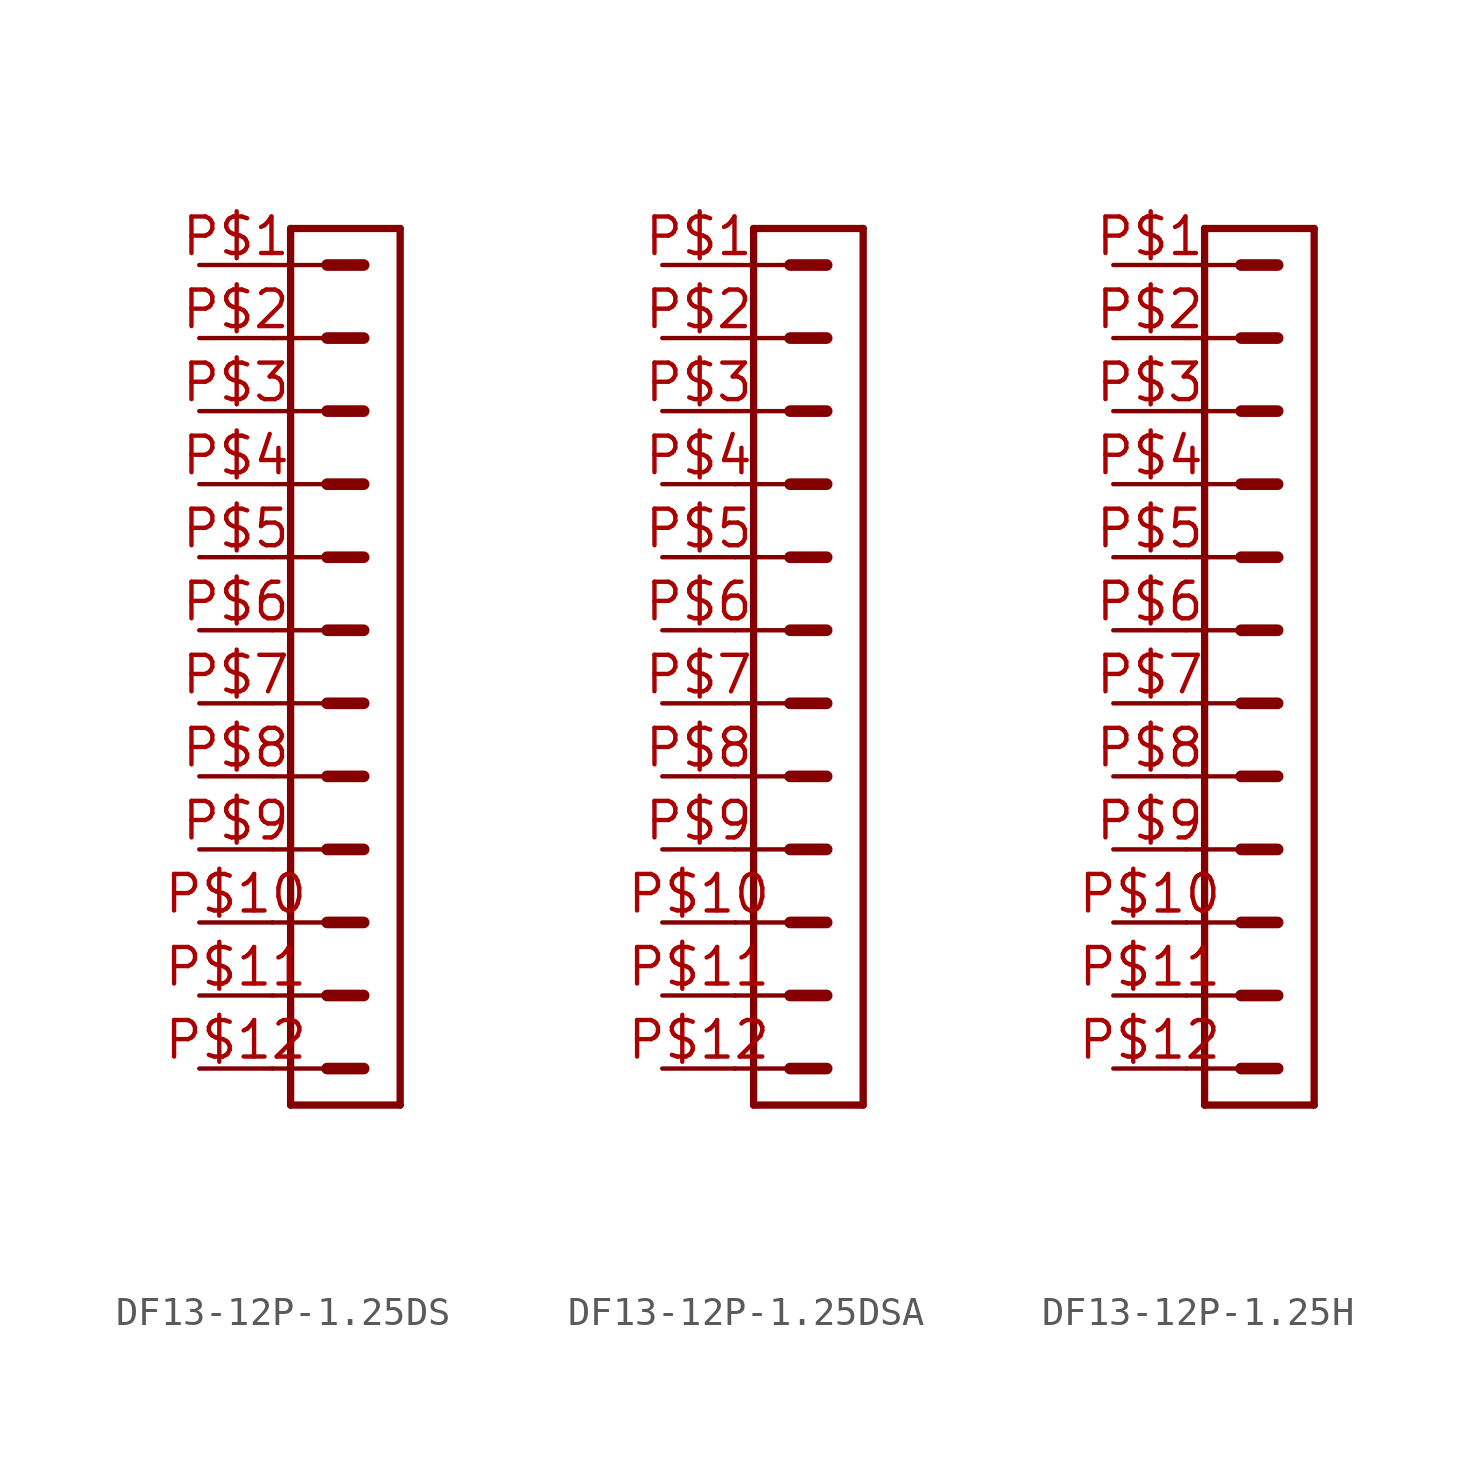
<source format=kicad_sym>
(kicad_symbol_lib
  (version 20220914)
  (generator kicad_symbol_editor)
  (symbol "DF13-12P-1.25DS"
    (property "Reference" ""
      (at -1.905 20.32 0)
      (effects (font (size 1.778 1.511)) (justify left bottom) hide))
    (property "Value" ""
      (at -1.905 -14.287 0)
      (effects (font (size 1.778 1.511)) (justify left bottom)))
    (property "ki_locked" ""
      (at 0 0 0)
      (effects (font (size 1.27 1.27))))
    (symbol "DF13-12P-1.25DS_1_0"
      (polyline (pts (xy -2.54 -10.16) (xy -0.635 -10.16)) (stroke (width 0.152) (type solid)) (fill (type none)))
      (polyline (pts (xy -2.54 -7.62) (xy -0.635 -7.62)) (stroke (width 0.152) (type solid)) (fill (type none)))
      (polyline (pts (xy -2.54 -5.08) (xy -0.635 -5.08)) (stroke (width 0.152) (type solid)) (fill (type none)))
      (polyline (pts (xy -2.54 -2.54) (xy -0.635 -2.54)) (stroke (width 0.152) (type solid)) (fill (type none)))
      (polyline (pts (xy -2.54 0) (xy -0.635 0)) (stroke (width 0.152) (type solid)) (fill (type none)))
      (polyline (pts (xy -2.54 2.54) (xy -0.635 2.54)) (stroke (width 0.152) (type solid)) (fill (type none)))
      (polyline (pts (xy -2.54 5.08) (xy -0.635 5.08)) (stroke (width 0.152) (type solid)) (fill (type none)))
      (polyline (pts (xy -2.54 7.62) (xy -0.635 7.62)) (stroke (width 0.152) (type solid)) (fill (type none)))
      (polyline (pts (xy -2.54 10.16) (xy -0.635 10.16)) (stroke (width 0.152) (type solid)) (fill (type none)))
      (polyline (pts (xy -2.54 12.7) (xy -0.635 12.7)) (stroke (width 0.152) (type solid)) (fill (type none)))
      (polyline (pts (xy -2.54 15.24) (xy -0.635 15.24)) (stroke (width 0.152) (type solid)) (fill (type none)))
      (polyline (pts (xy -2.54 17.78) (xy -0.635 17.78)) (stroke (width 0.152) (type solid)) (fill (type none)))
      (polyline (pts (xy -1.905 -11.43) (xy -1.905 19.05)) (stroke (width 0.254) (type solid)) (fill (type none)))
      (polyline (pts (xy -1.905 -11.43) (xy 1.905 -11.43)) (stroke (width 0.254) (type solid)) (fill (type none)))
      (polyline (pts (xy -0.635 -10.16) (xy 0.635 -10.16)) (stroke (width 0.406) (type solid)) (fill (type none)))
      (polyline (pts (xy -0.635 -7.62) (xy 0.635 -7.62)) (stroke (width 0.406) (type solid)) (fill (type none)))
      (polyline (pts (xy -0.635 -5.08) (xy 0.635 -5.08)) (stroke (width 0.406) (type solid)) (fill (type none)))
      (polyline (pts (xy -0.635 -2.54) (xy 0.635 -2.54)) (stroke (width 0.406) (type solid)) (fill (type none)))
      (polyline (pts (xy -0.635 0) (xy 0.635 0)) (stroke (width 0.406) (type solid)) (fill (type none)))
      (polyline (pts (xy -0.635 2.54) (xy 0.635 2.54)) (stroke (width 0.406) (type solid)) (fill (type none)))
      (polyline (pts (xy -0.635 5.08) (xy 0.635 5.08)) (stroke (width 0.406) (type solid)) (fill (type none)))
      (polyline (pts (xy -0.635 7.62) (xy 0.635 7.62)) (stroke (width 0.406) (type solid)) (fill (type none)))
      (polyline (pts (xy -0.635 10.16) (xy 0.635 10.16)) (stroke (width 0.406) (type solid)) (fill (type none)))
      (polyline (pts (xy -0.635 12.7) (xy 0.635 12.7)) (stroke (width 0.406) (type solid)) (fill (type none)))
      (polyline (pts (xy -0.635 15.24) (xy 0.635 15.24)) (stroke (width 0.406) (type solid)) (fill (type none)))
      (polyline (pts (xy -0.635 17.78) (xy 0.635 17.78)) (stroke (width 0.406) (type solid)) (fill (type none)))
      (polyline (pts (xy 1.905 19.05) (xy -1.905 19.05)) (stroke (width 0.254) (type solid)) (fill (type none)))
      (polyline (pts (xy 1.905 19.05) (xy 1.905 -11.43)) (stroke (width 0.254) (type solid)) (fill (type none)))
      (pin passive line (at -5.08 17.78 0) (length 2.54) (name "1" (effects (font (size 0 0)))) (number "P$1" (effects (font (size 1.27 1.27)))))
      (pin passive line (at -5.08 -5.08 0) (length 2.54) (name "10" (effects (font (size 0 0)))) (number "P$10" (effects (font (size 1.27 1.27)))))
      (pin passive line (at -5.08 -7.62 0) (length 2.54) (name "11" (effects (font (size 0 0)))) (number "P$11" (effects (font (size 1.27 1.27)))))
      (pin passive line (at -5.08 -10.16 0) (length 2.54) (name "12" (effects (font (size 0 0)))) (number "P$12" (effects (font (size 1.27 1.27)))))
      (pin passive line (at -5.08 15.24 0) (length 2.54) (name "2" (effects (font (size 0 0)))) (number "P$2" (effects (font (size 1.27 1.27)))))
      (pin passive line (at -5.08 12.7 0) (length 2.54) (name "3" (effects (font (size 0 0)))) (number "P$3" (effects (font (size 1.27 1.27)))))
      (pin passive line (at -5.08 10.16 0) (length 2.54) (name "4" (effects (font (size 0 0)))) (number "P$4" (effects (font (size 1.27 1.27)))))
      (pin passive line (at -5.08 7.62 0) (length 2.54) (name "5" (effects (font (size 0 0)))) (number "P$5" (effects (font (size 1.27 1.27)))))
      (pin passive line (at -5.08 5.08 0) (length 2.54) (name "6" (effects (font (size 0 0)))) (number "P$6" (effects (font (size 1.27 1.27)))))
      (pin passive line (at -5.08 2.54 0) (length 2.54) (name "7" (effects (font (size 0 0)))) (number "P$7" (effects (font (size 1.27 1.27)))))
      (pin passive line (at -5.08 0 0) (length 2.54) (name "8" (effects (font (size 0 0)))) (number "P$8" (effects (font (size 1.27 1.27)))))
      (pin passive line (at -5.08 -2.54 0) (length 2.54) (name "9" (effects (font (size 0 0)))) (number "P$9" (effects (font (size 1.27 1.27)))))))
  (symbol "DF13-12P-1.25DSA"
    (property "Reference" ""
      (at -1.905 20.32 0)
      (effects (font (size 1.778 1.511)) (justify left bottom) hide))
    (property "Value" ""
      (at -1.905 -14.287 0)
      (effects (font (size 1.778 1.511)) (justify left bottom)))
    (property "ki_locked" ""
      (at 0 0 0)
      (effects (font (size 1.27 1.27))))
    (symbol "DF13-12P-1.25DSA_1_0"
      (polyline (pts (xy -2.54 -10.16) (xy -0.635 -10.16)) (stroke (width 0.152) (type solid)) (fill (type none)))
      (polyline (pts (xy -2.54 -7.62) (xy -0.635 -7.62)) (stroke (width 0.152) (type solid)) (fill (type none)))
      (polyline (pts (xy -2.54 -5.08) (xy -0.635 -5.08)) (stroke (width 0.152) (type solid)) (fill (type none)))
      (polyline (pts (xy -2.54 -2.54) (xy -0.635 -2.54)) (stroke (width 0.152) (type solid)) (fill (type none)))
      (polyline (pts (xy -2.54 0) (xy -0.635 0)) (stroke (width 0.152) (type solid)) (fill (type none)))
      (polyline (pts (xy -2.54 2.54) (xy -0.635 2.54)) (stroke (width 0.152) (type solid)) (fill (type none)))
      (polyline (pts (xy -2.54 5.08) (xy -0.635 5.08)) (stroke (width 0.152) (type solid)) (fill (type none)))
      (polyline (pts (xy -2.54 7.62) (xy -0.635 7.62)) (stroke (width 0.152) (type solid)) (fill (type none)))
      (polyline (pts (xy -2.54 10.16) (xy -0.635 10.16)) (stroke (width 0.152) (type solid)) (fill (type none)))
      (polyline (pts (xy -2.54 12.7) (xy -0.635 12.7)) (stroke (width 0.152) (type solid)) (fill (type none)))
      (polyline (pts (xy -2.54 15.24) (xy -0.635 15.24)) (stroke (width 0.152) (type solid)) (fill (type none)))
      (polyline (pts (xy -2.54 17.78) (xy -0.635 17.78)) (stroke (width 0.152) (type solid)) (fill (type none)))
      (polyline (pts (xy -1.905 -11.43) (xy -1.905 19.05)) (stroke (width 0.254) (type solid)) (fill (type none)))
      (polyline (pts (xy -1.905 -11.43) (xy 1.905 -11.43)) (stroke (width 0.254) (type solid)) (fill (type none)))
      (polyline (pts (xy -0.635 -10.16) (xy 0.635 -10.16)) (stroke (width 0.406) (type solid)) (fill (type none)))
      (polyline (pts (xy -0.635 -7.62) (xy 0.635 -7.62)) (stroke (width 0.406) (type solid)) (fill (type none)))
      (polyline (pts (xy -0.635 -5.08) (xy 0.635 -5.08)) (stroke (width 0.406) (type solid)) (fill (type none)))
      (polyline (pts (xy -0.635 -2.54) (xy 0.635 -2.54)) (stroke (width 0.406) (type solid)) (fill (type none)))
      (polyline (pts (xy -0.635 0) (xy 0.635 0)) (stroke (width 0.406) (type solid)) (fill (type none)))
      (polyline (pts (xy -0.635 2.54) (xy 0.635 2.54)) (stroke (width 0.406) (type solid)) (fill (type none)))
      (polyline (pts (xy -0.635 5.08) (xy 0.635 5.08)) (stroke (width 0.406) (type solid)) (fill (type none)))
      (polyline (pts (xy -0.635 7.62) (xy 0.635 7.62)) (stroke (width 0.406) (type solid)) (fill (type none)))
      (polyline (pts (xy -0.635 10.16) (xy 0.635 10.16)) (stroke (width 0.406) (type solid)) (fill (type none)))
      (polyline (pts (xy -0.635 12.7) (xy 0.635 12.7)) (stroke (width 0.406) (type solid)) (fill (type none)))
      (polyline (pts (xy -0.635 15.24) (xy 0.635 15.24)) (stroke (width 0.406) (type solid)) (fill (type none)))
      (polyline (pts (xy -0.635 17.78) (xy 0.635 17.78)) (stroke (width 0.406) (type solid)) (fill (type none)))
      (polyline (pts (xy 1.905 19.05) (xy -1.905 19.05)) (stroke (width 0.254) (type solid)) (fill (type none)))
      (polyline (pts (xy 1.905 19.05) (xy 1.905 -11.43)) (stroke (width 0.254) (type solid)) (fill (type none)))
      (pin passive line (at -5.08 17.78 0) (length 2.54) (name "1" (effects (font (size 0 0)))) (number "P$1" (effects (font (size 1.27 1.27)))))
      (pin passive line (at -5.08 -5.08 0) (length 2.54) (name "10" (effects (font (size 0 0)))) (number "P$10" (effects (font (size 1.27 1.27)))))
      (pin passive line (at -5.08 -7.62 0) (length 2.54) (name "11" (effects (font (size 0 0)))) (number "P$11" (effects (font (size 1.27 1.27)))))
      (pin passive line (at -5.08 -10.16 0) (length 2.54) (name "12" (effects (font (size 0 0)))) (number "P$12" (effects (font (size 1.27 1.27)))))
      (pin passive line (at -5.08 15.24 0) (length 2.54) (name "2" (effects (font (size 0 0)))) (number "P$2" (effects (font (size 1.27 1.27)))))
      (pin passive line (at -5.08 12.7 0) (length 2.54) (name "3" (effects (font (size 0 0)))) (number "P$3" (effects (font (size 1.27 1.27)))))
      (pin passive line (at -5.08 10.16 0) (length 2.54) (name "4" (effects (font (size 0 0)))) (number "P$4" (effects (font (size 1.27 1.27)))))
      (pin passive line (at -5.08 7.62 0) (length 2.54) (name "5" (effects (font (size 0 0)))) (number "P$5" (effects (font (size 1.27 1.27)))))
      (pin passive line (at -5.08 5.08 0) (length 2.54) (name "6" (effects (font (size 0 0)))) (number "P$6" (effects (font (size 1.27 1.27)))))
      (pin passive line (at -5.08 2.54 0) (length 2.54) (name "7" (effects (font (size 0 0)))) (number "P$7" (effects (font (size 1.27 1.27)))))
      (pin passive line (at -5.08 0 0) (length 2.54) (name "8" (effects (font (size 0 0)))) (number "P$8" (effects (font (size 1.27 1.27)))))
      (pin passive line (at -5.08 -2.54 0) (length 2.54) (name "9" (effects (font (size 0 0)))) (number "P$9" (effects (font (size 1.27 1.27)))))))
  (symbol "DF13-12P-1.25H"
    (property "Reference" ""
      (at -1.905 20.32 0)
      (effects (font (size 1.778 1.511)) (justify left bottom) hide))
    (property "Value" ""
      (at -1.905 -14.287 0)
      (effects (font (size 1.778 1.511)) (justify left bottom)))
    (property "ki_locked" ""
      (at 0 0 0)
      (effects (font (size 1.27 1.27))))
    (symbol "DF13-12P-1.25H_1_0"
      (polyline (pts (xy -2.54 -10.16) (xy -0.635 -10.16)) (stroke (width 0.152) (type solid)) (fill (type none)))
      (polyline (pts (xy -2.54 -7.62) (xy -0.635 -7.62)) (stroke (width 0.152) (type solid)) (fill (type none)))
      (polyline (pts (xy -2.54 -5.08) (xy -0.635 -5.08)) (stroke (width 0.152) (type solid)) (fill (type none)))
      (polyline (pts (xy -2.54 -2.54) (xy -0.635 -2.54)) (stroke (width 0.152) (type solid)) (fill (type none)))
      (polyline (pts (xy -2.54 0) (xy -0.635 0)) (stroke (width 0.152) (type solid)) (fill (type none)))
      (polyline (pts (xy -2.54 2.54) (xy -0.635 2.54)) (stroke (width 0.152) (type solid)) (fill (type none)))
      (polyline (pts (xy -2.54 5.08) (xy -0.635 5.08)) (stroke (width 0.152) (type solid)) (fill (type none)))
      (polyline (pts (xy -2.54 7.62) (xy -0.635 7.62)) (stroke (width 0.152) (type solid)) (fill (type none)))
      (polyline (pts (xy -2.54 10.16) (xy -0.635 10.16)) (stroke (width 0.152) (type solid)) (fill (type none)))
      (polyline (pts (xy -2.54 12.7) (xy -0.635 12.7)) (stroke (width 0.152) (type solid)) (fill (type none)))
      (polyline (pts (xy -2.54 15.24) (xy -0.635 15.24)) (stroke (width 0.152) (type solid)) (fill (type none)))
      (polyline (pts (xy -2.54 17.78) (xy -0.635 17.78)) (stroke (width 0.152) (type solid)) (fill (type none)))
      (polyline (pts (xy -1.905 -11.43) (xy -1.905 19.05)) (stroke (width 0.254) (type solid)) (fill (type none)))
      (polyline (pts (xy -1.905 -11.43) (xy 1.905 -11.43)) (stroke (width 0.254) (type solid)) (fill (type none)))
      (polyline (pts (xy -0.635 -10.16) (xy 0.635 -10.16)) (stroke (width 0.406) (type solid)) (fill (type none)))
      (polyline (pts (xy -0.635 -7.62) (xy 0.635 -7.62)) (stroke (width 0.406) (type solid)) (fill (type none)))
      (polyline (pts (xy -0.635 -5.08) (xy 0.635 -5.08)) (stroke (width 0.406) (type solid)) (fill (type none)))
      (polyline (pts (xy -0.635 -2.54) (xy 0.635 -2.54)) (stroke (width 0.406) (type solid)) (fill (type none)))
      (polyline (pts (xy -0.635 0) (xy 0.635 0)) (stroke (width 0.406) (type solid)) (fill (type none)))
      (polyline (pts (xy -0.635 2.54) (xy 0.635 2.54)) (stroke (width 0.406) (type solid)) (fill (type none)))
      (polyline (pts (xy -0.635 5.08) (xy 0.635 5.08)) (stroke (width 0.406) (type solid)) (fill (type none)))
      (polyline (pts (xy -0.635 7.62) (xy 0.635 7.62)) (stroke (width 0.406) (type solid)) (fill (type none)))
      (polyline (pts (xy -0.635 10.16) (xy 0.635 10.16)) (stroke (width 0.406) (type solid)) (fill (type none)))
      (polyline (pts (xy -0.635 12.7) (xy 0.635 12.7)) (stroke (width 0.406) (type solid)) (fill (type none)))
      (polyline (pts (xy -0.635 15.24) (xy 0.635 15.24)) (stroke (width 0.406) (type solid)) (fill (type none)))
      (polyline (pts (xy -0.635 17.78) (xy 0.635 17.78)) (stroke (width 0.406) (type solid)) (fill (type none)))
      (polyline (pts (xy 1.905 19.05) (xy -1.905 19.05)) (stroke (width 0.254) (type solid)) (fill (type none)))
      (polyline (pts (xy 1.905 19.05) (xy 1.905 -11.43)) (stroke (width 0.254) (type solid)) (fill (type none)))
      (pin passive line (at -5.08 17.78 0) (length 2.54) (name "1" (effects (font (size 0 0)))) (number "P$1" (effects (font (size 1.27 1.27)))))
      (pin passive line (at -5.08 -5.08 0) (length 2.54) (name "10" (effects (font (size 0 0)))) (number "P$10" (effects (font (size 1.27 1.27)))))
      (pin passive line (at -5.08 -7.62 0) (length 2.54) (name "11" (effects (font (size 0 0)))) (number "P$11" (effects (font (size 1.27 1.27)))))
      (pin passive line (at -5.08 -10.16 0) (length 2.54) (name "12" (effects (font (size 0 0)))) (number "P$12" (effects (font (size 1.27 1.27)))))
      (pin passive line (at -5.08 15.24 0) (length 2.54) (name "2" (effects (font (size 0 0)))) (number "P$2" (effects (font (size 1.27 1.27)))))
      (pin passive line (at -5.08 12.7 0) (length 2.54) (name "3" (effects (font (size 0 0)))) (number "P$3" (effects (font (size 1.27 1.27)))))
      (pin passive line (at -5.08 10.16 0) (length 2.54) (name "4" (effects (font (size 0 0)))) (number "P$4" (effects (font (size 1.27 1.27)))))
      (pin passive line (at -5.08 7.62 0) (length 2.54) (name "5" (effects (font (size 0 0)))) (number "P$5" (effects (font (size 1.27 1.27)))))
      (pin passive line (at -5.08 5.08 0) (length 2.54) (name "6" (effects (font (size 0 0)))) (number "P$6" (effects (font (size 1.27 1.27)))))
      (pin passive line (at -5.08 2.54 0) (length 2.54) (name "7" (effects (font (size 0 0)))) (number "P$7" (effects (font (size 1.27 1.27)))))
      (pin passive line (at -5.08 0 0) (length 2.54) (name "8" (effects (font (size 0 0)))) (number "P$8" (effects (font (size 1.27 1.27)))))
      (pin passive line (at -5.08 -2.54 0) (length 2.54) (name "9" (effects (font (size 0 0)))) (number "P$9" (effects (font (size 1.27 1.27))))))))
</source>
